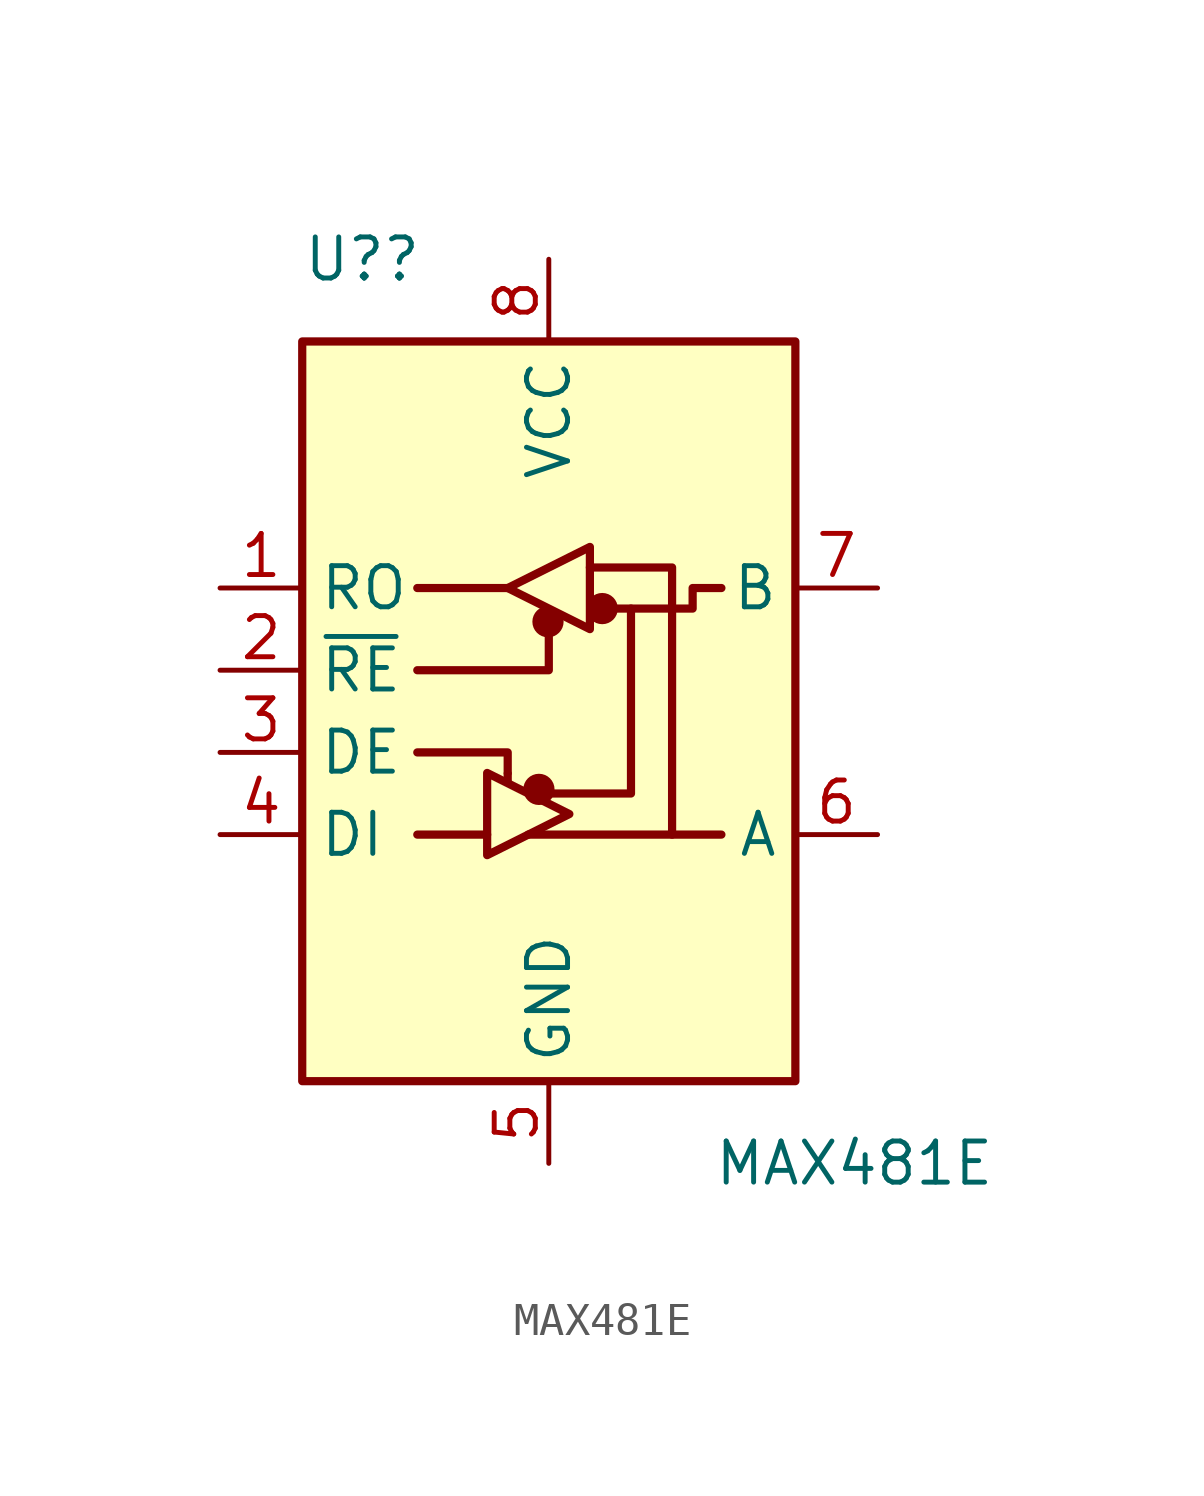
<source format=kicad_sym>
(kicad_symbol_lib
  (version 20211014)
  (generator kicad_symbol_editor)
  (symbol "MAX481E"
    (property "Reference" "U?"
      (at -7.62 12.7 0)
      (effects (font (size 1.27 1.27)) (justify left)))
    (property "Value" "MAX481E"
      (at 5.08 -15.24 0)
      (effects (font (size 1.27 1.27)) (justify left)))
    (symbol "MAX481E_0_1"
      (rectangle (start -7.62 10.16) (end 7.62 -12.7) (stroke (width 0.254) (type default) (color 0 0 0 0)) (fill (type background)))
      (circle (center -0.305 -3.683) (radius 0.356) (stroke (width 0.254) (type default) (color 0 0 0 0)) (fill (type outline)))
      (circle (center -0.025 1.499) (radius 0.356) (stroke (width 0.254) (type default) (color 0 0 0 0)) (fill (type outline)))
      (polyline (pts (xy -4.064 -5.08) (xy -1.905 -5.08)) (stroke (width 0.254) (type default) (color 0 0 0 0)) (fill (type none)))
      (polyline (pts (xy -4.064 2.54) (xy -1.27 2.54)) (stroke (width 0.254) (type default) (color 0 0 0 0)) (fill (type none)))
      (polyline (pts (xy -1.27 -3.2) (xy -1.27 -3.454)) (stroke (width 0.254) (type default) (color 0 0 0 0)) (fill (type none)))
      (polyline (pts (xy -0.635 -5.08) (xy 5.334 -5.08)) (stroke (width 0.254) (type default) (color 0 0 0 0)) (fill (type none)))
      (polyline (pts (xy -4.064 -2.54) (xy -1.27 -2.54) (xy -1.27 -3.175)) (stroke (width 0.254) (type default) (color 0 0 0 0)) (fill (type none)))
      (polyline (pts (xy 0 1.27) (xy 0 0) (xy -4.064 0)) (stroke (width 0.254) (type default) (color 0 0 0 0)) (fill (type none)))
      (polyline (pts (xy 1.27 3.175) (xy 3.81 3.175) (xy 3.81 -5.08)) (stroke (width 0.254) (type default) (color 0 0 0 0)) (fill (type none)))
      (polyline (pts (xy 2.54 1.905) (xy 2.54 -3.81) (xy 0 -3.81)) (stroke (width 0.254) (type default) (color 0 0 0 0)) (fill (type none)))
      (polyline (pts (xy -1.905 -3.175) (xy -1.905 -5.715) (xy 0.635 -4.445) (xy -1.905 -3.175)) (stroke (width 0.254) (type default) (color 0 0 0 0)) (fill (type none)))
      (polyline (pts (xy -1.27 2.54) (xy 1.27 3.81) (xy 1.27 1.27) (xy -1.27 2.54)) (stroke (width 0.254) (type default) (color 0 0 0 0)) (fill (type none)))
      (polyline (pts (xy 1.905 1.905) (xy 4.445 1.905) (xy 4.445 2.54) (xy 5.334 2.54)) (stroke (width 0.254) (type default) (color 0 0 0 0)) (fill (type none)))
      (rectangle (start 1.27 3.175) (end 1.27 3.175) (stroke (width 0) (type default) (color 0 0 0 0)) (fill (type none)))
      (circle (center 1.651 1.905) (radius 0.356) (stroke (width 0.254) (type default) (color 0 0 0 0)) (fill (type outline))))
    (symbol "MAX481E_1_1"
      (pin output line (at -10.16 2.54 0) (length 2.54) (name "RO" (effects (font (size 1.27 1.27)))) (number "1" (effects (font (size 1.27 1.27)))))
      (pin input line (at -10.16 0 0) (length 2.54) (name "~{RE}" (effects (font (size 1.27 1.27)))) (number "2" (effects (font (size 1.27 1.27)))))
      (pin input line (at -10.16 -2.54 0) (length 2.54) (name "DE" (effects (font (size 1.27 1.27)))) (number "3" (effects (font (size 1.27 1.27)))))
      (pin input line (at -10.16 -5.08 0) (length 2.54) (name "DI" (effects (font (size 1.27 1.27)))) (number "4" (effects (font (size 1.27 1.27)))))
      (pin power_in line (at 0 -15.24 90) (length 2.54) (name "GND" (effects (font (size 1.27 1.27)))) (number "5" (effects (font (size 1.27 1.27)))))
      (pin bidirectional line (at 10.16 -5.08 180) (length 2.54) (name "A" (effects (font (size 1.27 1.27)))) (number "6" (effects (font (size 1.27 1.27)))))
      (pin bidirectional line (at 10.16 2.54 180) (length 2.54) (name "B" (effects (font (size 1.27 1.27)))) (number "7" (effects (font (size 1.27 1.27)))))
      (pin power_in line (at 0 12.7 270) (length 2.54) (name "VCC" (effects (font (size 1.27 1.27)))) (number "8" (effects (font (size 1.27 1.27))))))))
</source>
